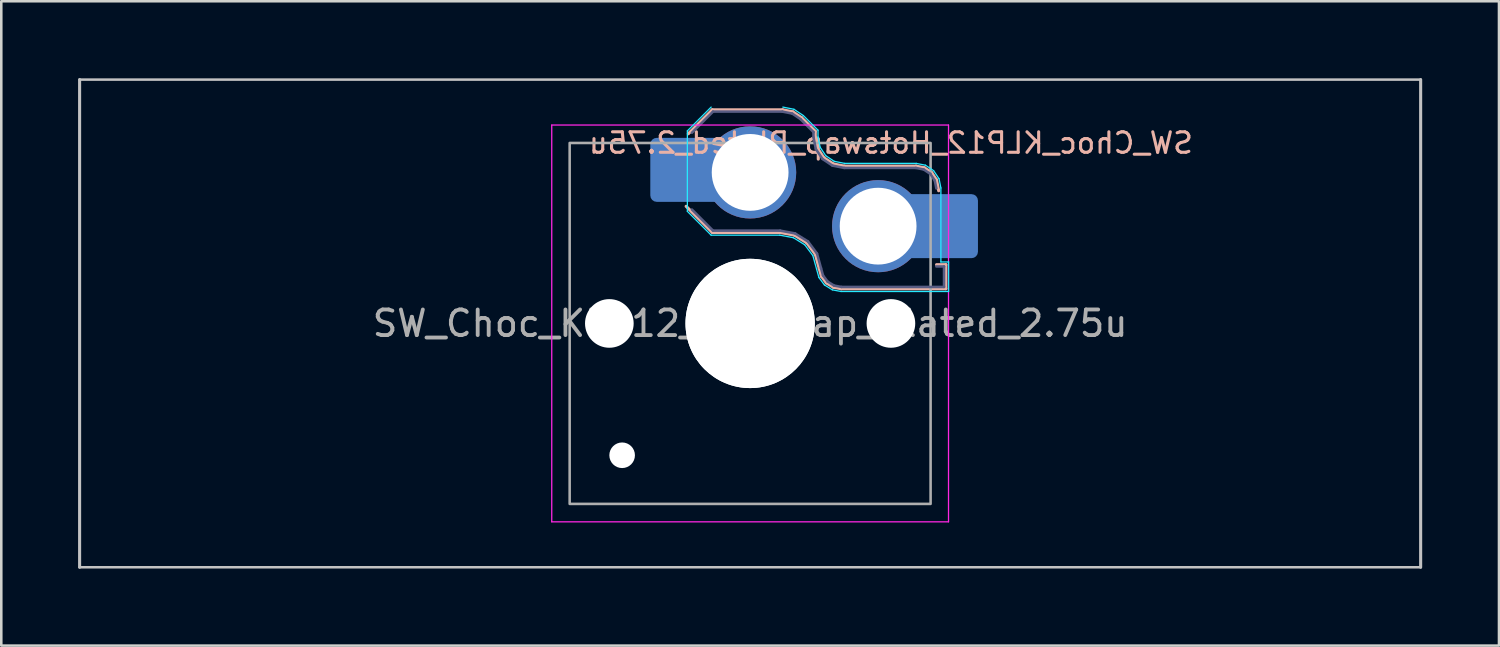
<source format=kicad_pcb>
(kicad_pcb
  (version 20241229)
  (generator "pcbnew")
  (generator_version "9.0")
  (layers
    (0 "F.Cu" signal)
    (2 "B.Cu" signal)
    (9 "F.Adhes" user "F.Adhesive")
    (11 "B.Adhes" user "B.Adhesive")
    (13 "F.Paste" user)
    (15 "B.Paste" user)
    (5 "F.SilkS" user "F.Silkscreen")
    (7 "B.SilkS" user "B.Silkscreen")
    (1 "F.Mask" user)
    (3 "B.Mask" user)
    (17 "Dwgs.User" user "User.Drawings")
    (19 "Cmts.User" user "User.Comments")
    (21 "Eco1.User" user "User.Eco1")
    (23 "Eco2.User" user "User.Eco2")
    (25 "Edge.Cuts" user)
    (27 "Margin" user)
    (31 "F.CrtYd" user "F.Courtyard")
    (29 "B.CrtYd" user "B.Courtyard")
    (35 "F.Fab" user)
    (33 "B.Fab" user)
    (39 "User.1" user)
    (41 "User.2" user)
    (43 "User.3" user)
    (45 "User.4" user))
  (footprint "SW_Choc_KLP12_Hotswap_Plated_2.75u"
    (layer "F.Cu")
    (at 26.254 9.585)
    (property "Reference" "SW_Choc_KLP12_Hotswap_Plated_2.75u" (at 5.5 -7.05 0) (layer "B.SilkS") (effects (font (size 0.8 0.8) (thickness 0.12)) (justify mirror)))
    (attr smd)
    (fp_line (start -2.416 -7.409) (end -1.479 -8.346) (stroke (width 0.12) (type solid)) (layer "B.SilkS"))
    (fp_line (start -1.479 -8.346) (end 1.268 -8.346) (stroke (width 0.12) (type solid)) (layer "B.SilkS"))
    (fp_line (start -1.479 -3.554) (end -2.5 -4.575) (stroke (width 0.12) (type solid)) (layer "B.SilkS"))
    (fp_line (start 1.168 -3.554) (end -1.479 -3.554) (stroke (width 0.12) (type solid)) (layer "B.SilkS"))
    (fp_line (start 1.268 -8.346) (end 1.671 -8.266) (stroke (width 0.12) (type solid)) (layer "B.SilkS"))
    (fp_line (start 1.671 -8.266) (end 2.013 -8.037) (stroke (width 0.12) (type solid)) (layer "B.SilkS"))
    (fp_line (start 1.73 -3.449) (end 1.168 -3.554) (stroke (width 0.12) (type solid)) (layer "B.SilkS"))
    (fp_line (start 2.013 -8.037) (end 2.546 -7.504) (stroke (width 0.12) (type solid)) (layer "B.SilkS"))
    (fp_line (start 2.209 -3.15) (end 1.73 -3.449) (stroke (width 0.12) (type solid)) (layer "B.SilkS"))
    (fp_line (start 2.546 -7.504) (end 2.546 -7.282) (stroke (width 0.12) (type solid)) (layer "B.SilkS"))
    (fp_line (start 2.546 -7.282) (end 2.633 -6.844) (stroke (width 0.12) (type solid)) (layer "B.SilkS"))
    (fp_line (start 2.547 -2.697) (end 2.209 -3.15) (stroke (width 0.12) (type solid)) (layer "B.SilkS"))
    (fp_line (start 2.633 -6.844) (end 2.877 -6.477) (stroke (width 0.12) (type solid)) (layer "B.SilkS"))
    (fp_line (start 2.701 -2.139) (end 2.547 -2.697) (stroke (width 0.12) (type solid)) (layer "B.SilkS"))
    (fp_line (start 2.783 -1.841) (end 2.701 -2.139) (stroke (width 0.12) (type solid)) (layer "B.SilkS"))
    (fp_line (start 2.877 -6.477) (end 3.244 -6.233) (stroke (width 0.12) (type solid)) (layer "B.SilkS"))
    (fp_line (start 2.976 -1.583) (end 2.783 -1.841) (stroke (width 0.12) (type solid)) (layer "B.SilkS"))
    (fp_line (start 3.244 -6.233) (end 3.682 -6.146) (stroke (width 0.12) (type solid)) (layer "B.SilkS"))
    (fp_line (start 3.25 -1.413) (end 2.976 -1.583) (stroke (width 0.12) (type solid)) (layer "B.SilkS"))
    (fp_line (start 3.56 -1.354) (end 3.25 -1.413) (stroke (width 0.12) (type solid)) (layer "B.SilkS"))
    (fp_line (start 3.682 -6.146) (end 6.482 -6.146) (stroke (width 0.12) (type solid)) (layer "B.SilkS"))
    (fp_line (start 6.482 -6.146) (end 6.809 -6.081) (stroke (width 0.12) (type solid)) (layer "B.SilkS"))
    (fp_line (start 6.809 -6.081) (end 7.092 -5.892) (stroke (width 0.12) (type solid)) (layer "B.SilkS"))
    (fp_line (start 7.092 -5.892) (end 7.281 -5.609) (stroke (width 0.12) (type solid)) (layer "B.SilkS"))
    (fp_line (start 7.281 -5.609) (end 7.366 -5.182) (stroke (width 0.12) (type solid)) (layer "B.SilkS"))
    (fp_line (start 7.283 -2.296) (end 7.646 -2.296) (stroke (width 0.12) (type solid)) (layer "B.SilkS"))
    (fp_line (start 7.646 -2.296) (end 7.646 -1.354) (stroke (width 0.12) (type solid)) (layer "B.SilkS"))
    (fp_line (start 7.646 -1.354) (end 3.56 -1.354) (stroke (width 0.12) (type solid)) (layer "B.SilkS"))
    (fp_line (start -26.194 -9.525) (end -26.194 9.525) (stroke (width 0.12) (type default)) (layer "Dwgs.User"))
    (fp_line (start -26.194 -9.525) (end 26.194 -9.525) (stroke (width 0.1) (type solid)) (layer "Dwgs.User"))
    (fp_line (start -26.194 9.525) (end 26.194 9.525) (stroke (width 0.1) (type solid)) (layer "Dwgs.User"))
    (fp_line (start 26.194 -9.525) (end 26.194 9.525) (stroke (width 0.12) (type default)) (layer "Dwgs.User"))
    (fp_line (start -2.452 -7.523) (end -1.523 -8.452) (stroke (width 0.05) (type solid)) (layer "B.CrtYd"))
    (fp_line (start -2.452 -4.377) (end -2.452 -7.523) (stroke (width 0.05) (type solid)) (layer "B.CrtYd"))
    (fp_line (start -1.523 -3.448) (end -2.452 -4.377) (stroke (width 0.05) (type solid)) (layer "B.CrtYd"))
    (fp_line (start 1.159 -3.448) (end -1.523 -3.448) (stroke (width 0.05) (type solid)) (layer "B.CrtYd"))
    (fp_line (start 1.278 -8.452) (end 1.712 -8.366) (stroke (width 0.05) (type solid)) (layer "B.CrtYd"))
    (fp_line (start 1.691 -3.348) (end 1.159 -3.448) (stroke (width 0.05) (type solid)) (layer "B.CrtYd"))
    (fp_line (start 1.712 -8.366) (end 2.081 -8.119) (stroke (width 0.05) (type solid)) (layer "B.CrtYd"))
    (fp_line (start 2.081 -8.119) (end 2.652 -7.548) (stroke (width 0.05) (type solid)) (layer "B.CrtYd"))
    (fp_line (start 2.136 -3.071) (end 1.691 -3.348) (stroke (width 0.05) (type solid)) (layer "B.CrtYd"))
    (fp_line (start 2.45 -2.65) (end 2.136 -3.071) (stroke (width 0.05) (type solid)) (layer "B.CrtYd"))
    (fp_line (start 2.599 -2.111) (end 2.45 -2.65) (stroke (width 0.05) (type solid)) (layer "B.CrtYd"))
    (fp_line (start 2.652 -7.548) (end 2.652 -7.292) (stroke (width 0.05) (type solid)) (layer "B.CrtYd"))
    (fp_line (start 2.652 -7.292) (end 2.733 -6.885) (stroke (width 0.05) (type solid)) (layer "B.CrtYd"))
    (fp_line (start 2.687 -1.794) (end 2.599 -2.111) (stroke (width 0.05) (type solid)) (layer "B.CrtYd"))
    (fp_line (start 2.733 -6.885) (end 2.953 -6.553) (stroke (width 0.05) (type solid)) (layer "B.CrtYd"))
    (fp_line (start 2.903 -1.503) (end 2.687 -1.794) (stroke (width 0.05) (type solid)) (layer "B.CrtYd"))
    (fp_line (start 2.953 -6.553) (end 3.285 -6.333) (stroke (width 0.05) (type solid)) (layer "B.CrtYd"))
    (fp_line (start 3.211 -1.312) (end 2.903 -1.503) (stroke (width 0.05) (type solid)) (layer "B.CrtYd"))
    (fp_line (start 3.285 -6.333) (end 3.692 -6.252) (stroke (width 0.05) (type solid)) (layer "B.CrtYd"))
    (fp_line (start 3.55 -1.248) (end 3.211 -1.312) (stroke (width 0.05) (type solid)) (layer "B.CrtYd"))
    (fp_line (start 3.692 -6.252) (end 6.492 -6.252) (stroke (width 0.05) (type solid)) (layer "B.CrtYd"))
    (fp_line (start 6.492 -6.252) (end 6.85 -6.181) (stroke (width 0.05) (type solid)) (layer "B.CrtYd"))
    (fp_line (start 6.85 -6.181) (end 7.168 -5.968) (stroke (width 0.05) (type solid)) (layer "B.CrtYd"))
    (fp_line (start 7.168 -5.968) (end 7.381 -5.65) (stroke (width 0.05) (type solid)) (layer "B.CrtYd"))
    (fp_line (start 7.381 -5.65) (end 7.452 -5.292) (stroke (width 0.05) (type solid)) (layer "B.CrtYd"))
    (fp_line (start 7.452 -5.292) (end 7.452 -2.402) (stroke (width 0.05) (type solid)) (layer "B.CrtYd"))
    (fp_line (start 7.452 -2.402) (end 7.752 -2.402) (stroke (width 0.05) (type solid)) (layer "B.CrtYd"))
    (fp_line (start 7.752 -2.402) (end 7.752 -1.248) (stroke (width 0.05) (type solid)) (layer "B.CrtYd"))
    (fp_line (start 7.752 -1.248) (end 3.55 -1.248) (stroke (width 0.05) (type solid)) (layer "B.CrtYd"))
    (fp_line (start -7.75 7.75) (end -7.75 -7.75) (stroke (width 0.05) (type solid)) (layer "F.CrtYd"))
    (fp_line (start 7.75 -7.75) (end -7.75 -7.75) (stroke (width 0.05) (type solid)) (layer "F.CrtYd"))
    (fp_line (start 7.75 -7.75) (end 7.75 7.75) (stroke (width 0.05) (type solid)) (layer "F.CrtYd"))
    (fp_line (start 7.75 7.75) (end -7.75 7.75) (stroke (width 0.05) (type solid)) (layer "F.CrtYd"))
    (fp_line (start -2.275 -7.45) (end -1.45 -8.275) (stroke (width 0.1) (type solid)) (layer "B.Fab"))
    (fp_line (start -1.45 -8.275) (end 1.261 -8.275) (stroke (width 0.1) (type solid)) (layer "B.Fab"))
    (fp_line (start -1.45 -3.625) (end -2.275 -4.45) (stroke (width 0.1) (type solid)) (layer "B.Fab"))
    (fp_line (start 1.175 -3.625) (end -1.45 -3.625) (stroke (width 0.1) (type solid)) (layer "B.Fab"))
    (fp_line (start 1.261 -8.275) (end 1.643 -8.199) (stroke (width 0.1) (type solid)) (layer "B.Fab"))
    (fp_line (start 1.643 -8.199) (end 1.968 -7.982) (stroke (width 0.1) (type solid)) (layer "B.Fab"))
    (fp_line (start 1.756 -3.516) (end 1.175 -3.625) (stroke (width 0.1) (type solid)) (layer "B.Fab"))
    (fp_line (start 1.968 -7.982) (end 2.475 -7.475) (stroke (width 0.1) (type solid)) (layer "B.Fab"))
    (fp_line (start 2.258 -3.203) (end 1.756 -3.516) (stroke (width 0.1) (type solid)) (layer "B.Fab"))
    (fp_line (start 2.475 -7.475) (end 2.475 -7.275) (stroke (width 0.1) (type solid)) (layer "B.Fab"))
    (fp_line (start 2.475 -7.275) (end 2.566 -6.816) (stroke (width 0.1) (type solid)) (layer "B.Fab"))
    (fp_line (start 2.566 -6.816) (end 2.826 -6.426) (stroke (width 0.1) (type solid)) (layer "B.Fab"))
    (fp_line (start 2.612 -2.729) (end 2.258 -3.203) (stroke (width 0.1) (type solid)) (layer "B.Fab"))
    (fp_line (start 2.769 -2.158) (end 2.612 -2.729) (stroke (width 0.1) (type solid)) (layer "B.Fab"))
    (fp_line (start 2.826 -6.426) (end 3.216 -6.166) (stroke (width 0.1) (type solid)) (layer "B.Fab"))
    (fp_line (start 2.848 -1.873) (end 2.769 -2.158) (stroke (width 0.1) (type solid)) (layer "B.Fab"))
    (fp_line (start 3.025 -1.636) (end 2.848 -1.873) (stroke (width 0.1) (type solid)) (layer "B.Fab"))
    (fp_line (start 3.216 -6.166) (end 3.675 -6.075) (stroke (width 0.1) (type solid)) (layer "B.Fab"))
    (fp_line (start 3.276 -1.48) (end 3.025 -1.636) (stroke (width 0.1) (type solid)) (layer "B.Fab"))
    (fp_line (start 3.567 -1.425) (end 3.276 -1.48) (stroke (width 0.1) (type solid)) (layer "B.Fab"))
    (fp_line (start 3.675 -6.075) (end 6.475 -6.075) (stroke (width 0.1) (type solid)) (layer "B.Fab"))
    (fp_line (start 6.475 -6.075) (end 6.781 -6.014) (stroke (width 0.1) (type solid)) (layer "B.Fab"))
    (fp_line (start 6.781 -6.014) (end 7.041 -5.841) (stroke (width 0.1) (type solid)) (layer "B.Fab"))
    (fp_line (start 7.041 -5.841) (end 7.214 -5.581) (stroke (width 0.1) (type solid)) (layer "B.Fab"))
    (fp_line (start 7.214 -5.581) (end 7.275 -5.275) (stroke (width 0.1) (type solid)) (layer "B.Fab"))
    (fp_line (start 7.275 -2.225) (end 7.575 -2.225) (stroke (width 0.1) (type solid)) (layer "B.Fab"))
    (fp_line (start 7.575 -2.225) (end 7.575 -1.425) (stroke (width 0.1) (type solid)) (layer "B.Fab"))
    (fp_line (start 7.575 -1.425) (end 3.567 -1.425) (stroke (width 0.1) (type solid)) (layer "B.Fab"))
    (fp_rect (start -7.05 -7.05) (end 7.05 7.05) (stroke (width 0.1) (type default)) (fill no) (layer "F.Fab"))
    (fp_text user "${REFERENCE}" (at 0 0 0) (layer "F.Fab") (effects (font (size 1 1) (thickness 0.15))))
    (pad "" np_thru_hole circle (at -5.5 0) (size 1.9 1.9) (drill 1.9) (layers "*.Cu" "*.Mask"))
    (pad "" np_thru_hole circle (at -5 5.15) (size 1 1) (drill 1) (layers "*.Cu" "*.Mask"))
    (pad "" smd roundrect (at -3.1 -6) (size 1.6 2.5) (layers "B.Paste") (roundrect_rratio 0.156))
    (pad "" np_thru_hole circle (at 0 0) (size 5.05 5.05) (drill 5.05) (layers "*.Cu" "*.Mask"))
    (pad "" np_thru_hole circle (at 0 0) (size 5.05 5.05) (drill 5.05) (layers "*.Cu" "*.Mask"))
    (pad "" np_thru_hole circle (at 5.5 0) (size 1.9 1.9) (drill 1.9) (layers "*.Cu" "*.Mask"))
    (pad "" smd roundrect (at 8.1 -3.8) (size 1.6 2.5) (layers "B.Paste") (roundrect_rratio 0.156))
    (pad "1" thru_hole circle (at 5 -3.8) (size 3.6 3.6) (drill 3) (layers "*.Cu" "*.Mask"))
    (pad "1" smd roundrect (at 6.975 -3.8) (size 3.85 2.5) (layers "B.Cu") (roundrect_rratio 0.1))
    (pad "2" smd roundrect (at -1.975 -6) (size 3.85 2.5) (layers "B.Cu") (roundrect_rratio 0.1))
    (pad "2" thru_hole circle (at 0 -5.9) (size 3.6 3.6) (drill 3) (layers "*.Cu" "*.Mask")))
  (gr_rect
    (start -3 -3)
    (end 55.508 22.17)
    (stroke (width 0.1) (type default))
    (fill no)
    (layer "Edge.Cuts")))
</source>
